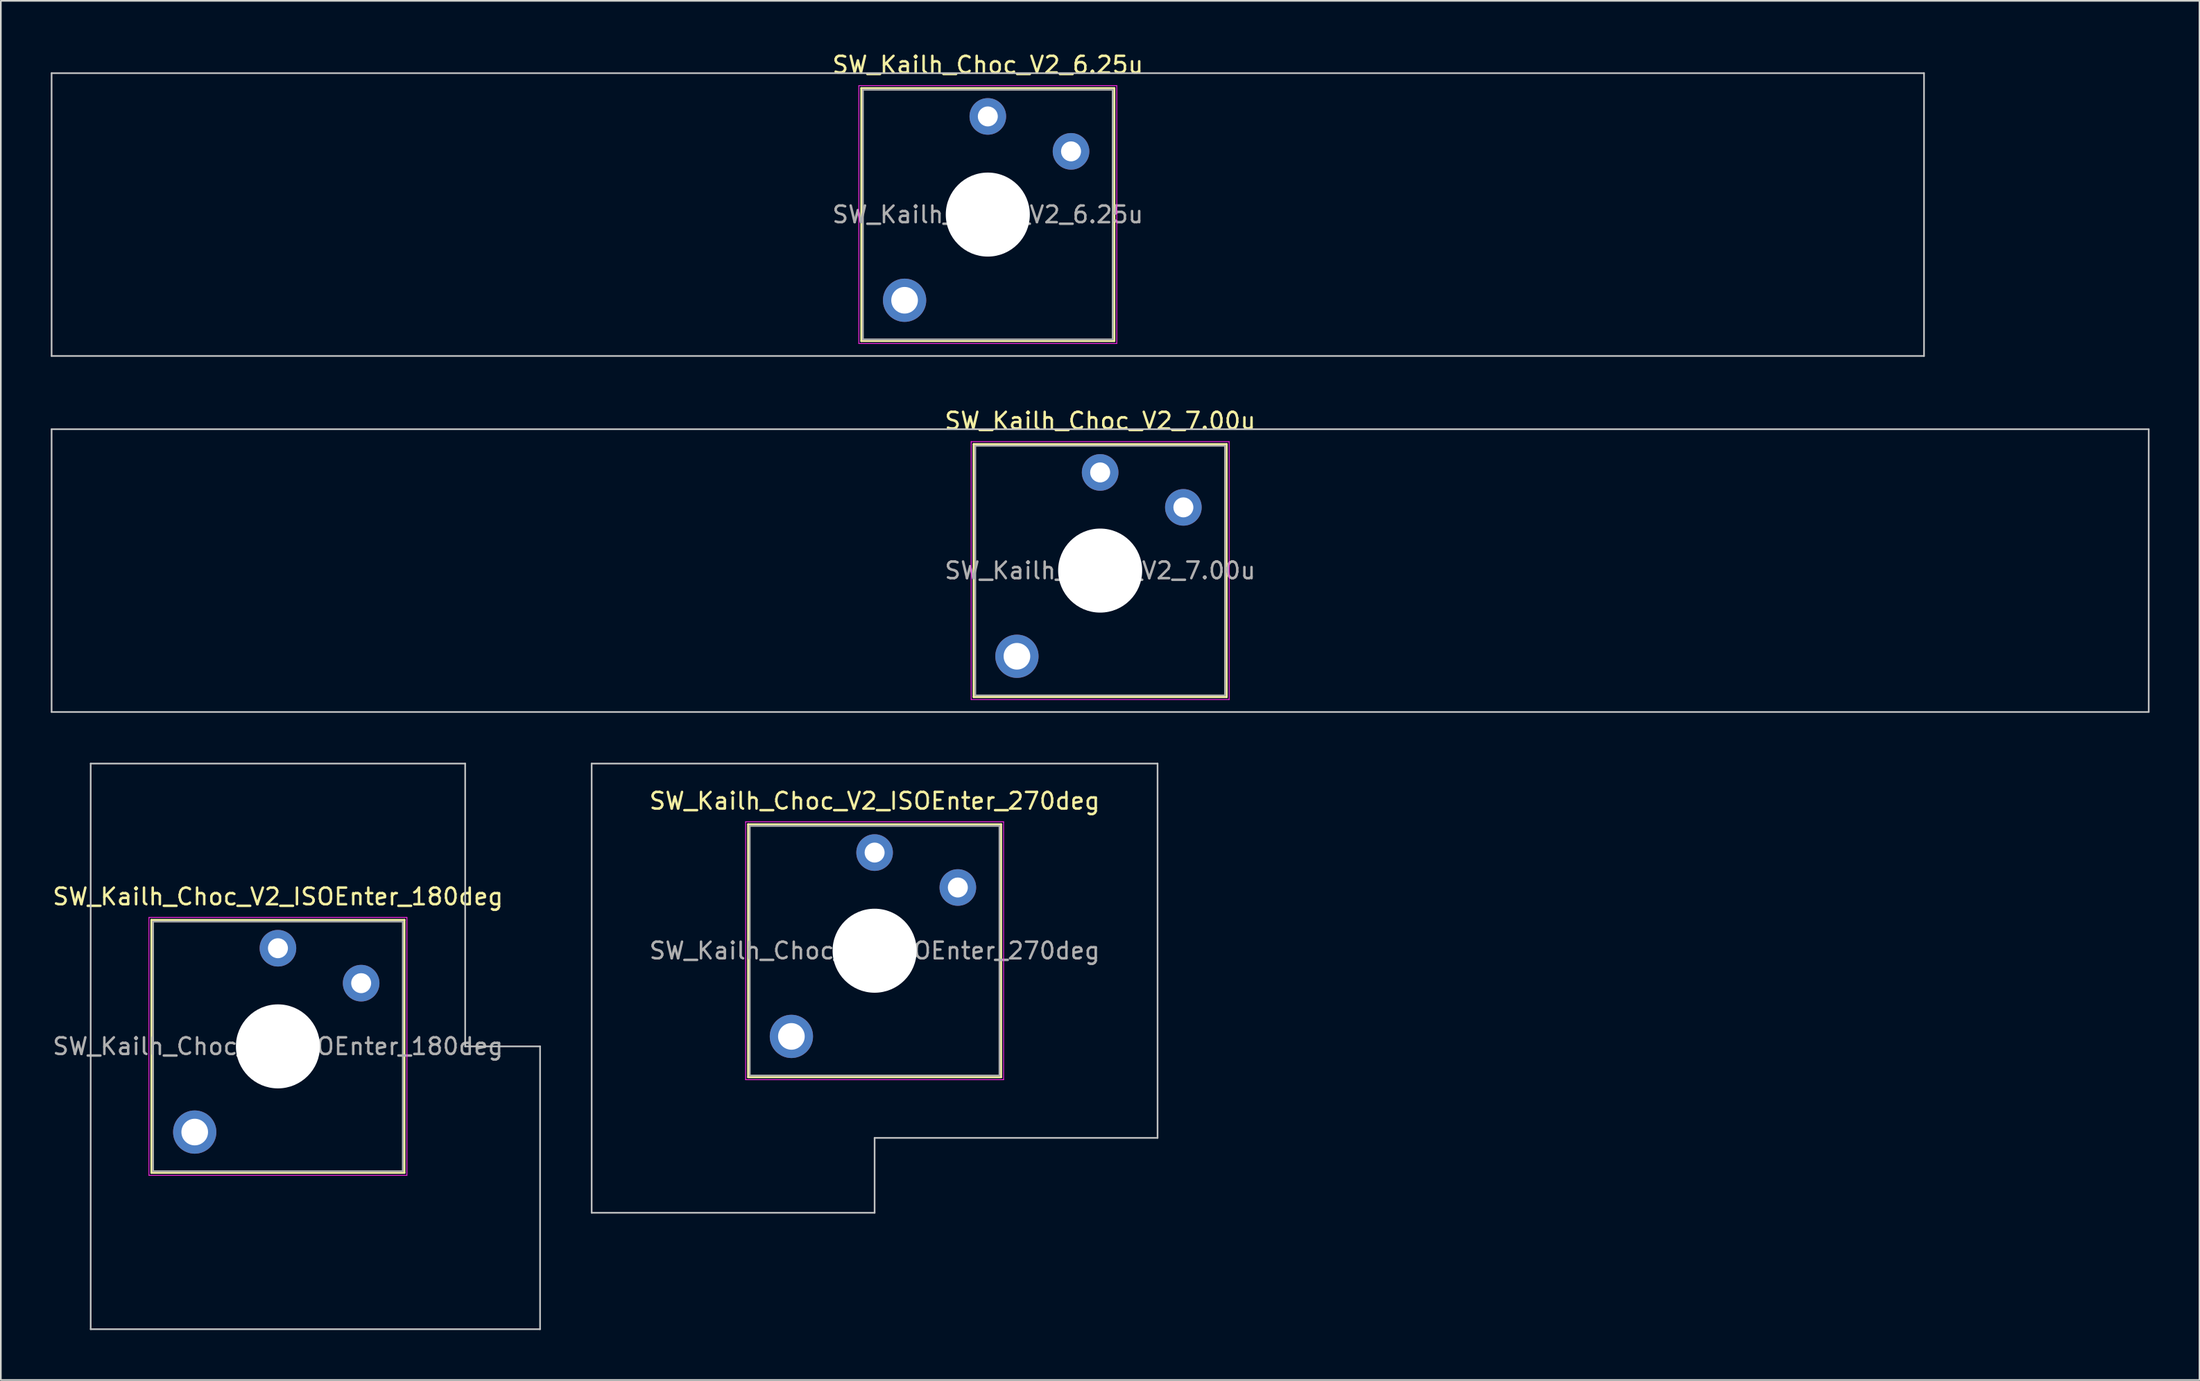
<source format=kicad_pcb>
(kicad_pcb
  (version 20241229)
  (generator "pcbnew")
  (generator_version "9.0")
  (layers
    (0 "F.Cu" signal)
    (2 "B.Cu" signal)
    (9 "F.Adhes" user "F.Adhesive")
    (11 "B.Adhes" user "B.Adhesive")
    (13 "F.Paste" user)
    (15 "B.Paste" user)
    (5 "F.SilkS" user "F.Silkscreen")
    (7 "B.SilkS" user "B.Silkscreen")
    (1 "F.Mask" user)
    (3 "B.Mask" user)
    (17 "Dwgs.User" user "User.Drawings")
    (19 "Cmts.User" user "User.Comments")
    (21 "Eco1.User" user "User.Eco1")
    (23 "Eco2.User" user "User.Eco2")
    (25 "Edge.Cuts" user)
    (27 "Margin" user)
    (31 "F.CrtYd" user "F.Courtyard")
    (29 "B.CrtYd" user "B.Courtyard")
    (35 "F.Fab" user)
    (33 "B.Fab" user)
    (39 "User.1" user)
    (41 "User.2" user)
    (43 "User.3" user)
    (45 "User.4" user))
  (footprint "SW_Kailh_Choc_V2_6.25u"
    (layer "F.Cu")
    (at 56.3 9.848)
    (property "Reference" "SW_Kailh_Choc_V2_6.25u" (at 0 -9 0) (layer "F.SilkS") (effects (font (size 1 1) (thickness 0.15))))
    (attr through_hole)
    (fp_line (start -7.6 -7.6) (end -7.6 7.6) (stroke (width 0.12) (type solid)) (layer "F.SilkS"))
    (fp_line (start -7.6 7.6) (end 7.6 7.6) (stroke (width 0.12) (type solid)) (layer "F.SilkS"))
    (fp_line (start 7.6 -7.6) (end -7.6 -7.6) (stroke (width 0.12) (type solid)) (layer "F.SilkS"))
    (fp_line (start 7.6 7.6) (end 7.6 -7.6) (stroke (width 0.12) (type solid)) (layer "F.SilkS"))
    (fp_line (start -56.25 -8.5) (end -56.25 8.5) (stroke (width 0.1) (type solid)) (layer "Dwgs.User"))
    (fp_line (start -56.25 8.5) (end 56.25 8.5) (stroke (width 0.1) (type solid)) (layer "Dwgs.User"))
    (fp_line (start 56.25 -8.5) (end -56.25 -8.5) (stroke (width 0.1) (type solid)) (layer "Dwgs.User"))
    (fp_line (start 56.25 8.5) (end 56.25 -8.5) (stroke (width 0.1) (type solid)) (layer "Dwgs.User"))
    (fp_line (start -7.25 -7.25) (end -7.25 7.25) (stroke (width 0.1) (type solid)) (layer "Eco1.User"))
    (fp_line (start -7.25 7.25) (end 7.25 7.25) (stroke (width 0.1) (type solid)) (layer "Eco1.User"))
    (fp_line (start 7.25 -7.25) (end -7.25 -7.25) (stroke (width 0.1) (type solid)) (layer "Eco1.User"))
    (fp_line (start 7.25 7.25) (end 7.25 -7.25) (stroke (width 0.1) (type solid)) (layer "Eco1.User"))
    (fp_line (start -7.75 -7.75) (end -7.75 7.75) (stroke (width 0.05) (type solid)) (layer "F.CrtYd"))
    (fp_line (start -7.75 7.75) (end 7.75 7.75) (stroke (width 0.05) (type solid)) (layer "F.CrtYd"))
    (fp_line (start 7.75 -7.75) (end -7.75 -7.75) (stroke (width 0.05) (type solid)) (layer "F.CrtYd"))
    (fp_line (start 7.75 7.75) (end 7.75 -7.75) (stroke (width 0.05) (type solid)) (layer "F.CrtYd"))
    (fp_line (start -7.5 -7.5) (end -7.5 7.5) (stroke (width 0.1) (type solid)) (layer "F.Fab"))
    (fp_line (start -7.5 7.5) (end 7.5 7.5) (stroke (width 0.1) (type solid)) (layer "F.Fab"))
    (fp_line (start 7.5 -7.5) (end -7.5 -7.5) (stroke (width 0.1) (type solid)) (layer "F.Fab"))
    (fp_line (start 7.5 7.5) (end 7.5 -7.5) (stroke (width 0.1) (type solid)) (layer "F.Fab"))
    (fp_text user "${REFERENCE}" (at 0 0 0) (layer "F.Fab") (effects (font (size 1 1) (thickness 0.15))))
    (pad "" thru_hole circle (at -5 5.15) (size 2.6 2.6) (drill 1.6) (layers "*.Cu" "*.Mask"))
    (pad "" np_thru_hole circle (at 0 0) (size 5.05 5.05) (drill 5.05) (layers "*.Cu" "*.Mask"))
    (pad "1" thru_hole circle (at 0 -5.9) (size 2.2 2.2) (drill 1.2) (layers "*.Cu" "*.Mask"))
    (pad "2" thru_hole circle (at 5 -3.8) (size 2.2 2.2) (drill 1.2) (layers "*.Cu" "*.Mask")))
  (footprint "SW_Kailh_Choc_V2_7.00u"
    (layer "F.Cu")
    (at 63.05 31.247)
    (property "Reference" "SW_Kailh_Choc_V2_7.00u" (at 0 -9 0) (layer "F.SilkS") (effects (font (size 1 1) (thickness 0.15))))
    (attr through_hole)
    (fp_line (start -7.6 -7.6) (end -7.6 7.6) (stroke (width 0.12) (type solid)) (layer "F.SilkS"))
    (fp_line (start -7.6 7.6) (end 7.6 7.6) (stroke (width 0.12) (type solid)) (layer "F.SilkS"))
    (fp_line (start 7.6 -7.6) (end -7.6 -7.6) (stroke (width 0.12) (type solid)) (layer "F.SilkS"))
    (fp_line (start 7.6 7.6) (end 7.6 -7.6) (stroke (width 0.12) (type solid)) (layer "F.SilkS"))
    (fp_line (start -63 -8.5) (end -63 8.5) (stroke (width 0.1) (type solid)) (layer "Dwgs.User"))
    (fp_line (start -63 8.5) (end 63 8.5) (stroke (width 0.1) (type solid)) (layer "Dwgs.User"))
    (fp_line (start 63 -8.5) (end -63 -8.5) (stroke (width 0.1) (type solid)) (layer "Dwgs.User"))
    (fp_line (start 63 8.5) (end 63 -8.5) (stroke (width 0.1) (type solid)) (layer "Dwgs.User"))
    (fp_line (start -7.25 -7.25) (end -7.25 7.25) (stroke (width 0.1) (type solid)) (layer "Eco1.User"))
    (fp_line (start -7.25 7.25) (end 7.25 7.25) (stroke (width 0.1) (type solid)) (layer "Eco1.User"))
    (fp_line (start 7.25 -7.25) (end -7.25 -7.25) (stroke (width 0.1) (type solid)) (layer "Eco1.User"))
    (fp_line (start 7.25 7.25) (end 7.25 -7.25) (stroke (width 0.1) (type solid)) (layer "Eco1.User"))
    (fp_line (start -7.75 -7.75) (end -7.75 7.75) (stroke (width 0.05) (type solid)) (layer "F.CrtYd"))
    (fp_line (start -7.75 7.75) (end 7.75 7.75) (stroke (width 0.05) (type solid)) (layer "F.CrtYd"))
    (fp_line (start 7.75 -7.75) (end -7.75 -7.75) (stroke (width 0.05) (type solid)) (layer "F.CrtYd"))
    (fp_line (start 7.75 7.75) (end 7.75 -7.75) (stroke (width 0.05) (type solid)) (layer "F.CrtYd"))
    (fp_line (start -7.5 -7.5) (end -7.5 7.5) (stroke (width 0.1) (type solid)) (layer "F.Fab"))
    (fp_line (start -7.5 7.5) (end 7.5 7.5) (stroke (width 0.1) (type solid)) (layer "F.Fab"))
    (fp_line (start 7.5 -7.5) (end -7.5 -7.5) (stroke (width 0.1) (type solid)) (layer "F.Fab"))
    (fp_line (start 7.5 7.5) (end 7.5 -7.5) (stroke (width 0.1) (type solid)) (layer "F.Fab"))
    (fp_text user "${REFERENCE}" (at 0 0 0) (layer "F.Fab") (effects (font (size 1 1) (thickness 0.15))))
    (pad "" thru_hole circle (at -5 5.15) (size 2.6 2.6) (drill 1.6) (layers "*.Cu" "*.Mask"))
    (pad "" np_thru_hole circle (at 0 0) (size 5.05 5.05) (drill 5.05) (layers "*.Cu" "*.Mask"))
    (pad "1" thru_hole circle (at 0 -5.9) (size 2.2 2.2) (drill 1.2) (layers "*.Cu" "*.Mask"))
    (pad "2" thru_hole circle (at 5 -3.8) (size 2.2 2.2) (drill 1.2) (layers "*.Cu" "*.Mask")))
  (footprint "SW_Kailh_Choc_V2_ISOEnter_180deg"
    (layer "F.Cu")
    (at 13.649 59.846)
    (property "Reference" "SW_Kailh_Choc_V2_ISOEnter_180deg" (at 0 -9 0) (layer "F.SilkS") (effects (font (size 1 1) (thickness 0.15))))
    (attr through_hole)
    (fp_line (start -7.6 -7.6) (end -7.6 7.6) (stroke (width 0.12) (type solid)) (layer "F.SilkS"))
    (fp_line (start -7.6 7.6) (end 7.6 7.6) (stroke (width 0.12) (type solid)) (layer "F.SilkS"))
    (fp_line (start 7.6 -7.6) (end -7.6 -7.6) (stroke (width 0.12) (type solid)) (layer "F.SilkS"))
    (fp_line (start 7.6 7.6) (end 7.6 -7.6) (stroke (width 0.12) (type solid)) (layer "F.SilkS"))
    (fp_line (start -11.25 -17) (end -11.25 17) (stroke (width 0.1) (type solid)) (layer "Dwgs.User"))
    (fp_line (start -11.25 17) (end 15.75 17) (stroke (width 0.1) (type solid)) (layer "Dwgs.User"))
    (fp_line (start 11.25 -17) (end -11.25 -17) (stroke (width 0.1) (type solid)) (layer "Dwgs.User"))
    (fp_line (start 11.25 0) (end 11.25 -17) (stroke (width 0.1) (type solid)) (layer "Dwgs.User"))
    (fp_line (start 15.75 0) (end 11.25 0) (stroke (width 0.1) (type solid)) (layer "Dwgs.User"))
    (fp_line (start 15.75 17) (end 15.75 0) (stroke (width 0.1) (type solid)) (layer "Dwgs.User"))
    (fp_line (start -7.25 -7.25) (end -7.25 7.25) (stroke (width 0.1) (type solid)) (layer "Eco1.User"))
    (fp_line (start -7.25 7.25) (end 7.25 7.25) (stroke (width 0.1) (type solid)) (layer "Eco1.User"))
    (fp_line (start 7.25 -7.25) (end -7.25 -7.25) (stroke (width 0.1) (type solid)) (layer "Eco1.User"))
    (fp_line (start 7.25 7.25) (end 7.25 -7.25) (stroke (width 0.1) (type solid)) (layer "Eco1.User"))
    (fp_line (start -7.75 -7.75) (end -7.75 7.75) (stroke (width 0.05) (type solid)) (layer "F.CrtYd"))
    (fp_line (start -7.75 7.75) (end 7.75 7.75) (stroke (width 0.05) (type solid)) (layer "F.CrtYd"))
    (fp_line (start 7.75 -7.75) (end -7.75 -7.75) (stroke (width 0.05) (type solid)) (layer "F.CrtYd"))
    (fp_line (start 7.75 7.75) (end 7.75 -7.75) (stroke (width 0.05) (type solid)) (layer "F.CrtYd"))
    (fp_line (start -7.5 -7.5) (end -7.5 7.5) (stroke (width 0.1) (type solid)) (layer "F.Fab"))
    (fp_line (start -7.5 7.5) (end 7.5 7.5) (stroke (width 0.1) (type solid)) (layer "F.Fab"))
    (fp_line (start 7.5 -7.5) (end -7.5 -7.5) (stroke (width 0.1) (type solid)) (layer "F.Fab"))
    (fp_line (start 7.5 7.5) (end 7.5 -7.5) (stroke (width 0.1) (type solid)) (layer "F.Fab"))
    (fp_text user "${REFERENCE}" (at 0 0 0) (layer "F.Fab") (effects (font (size 1 1) (thickness 0.15))))
    (pad "" thru_hole circle (at -5 5.15) (size 2.6 2.6) (drill 1.6) (layers "*.Cu" "*.Mask"))
    (pad "" np_thru_hole circle (at 0 0) (size 5.05 5.05) (drill 5.05) (layers "*.Cu" "*.Mask"))
    (pad "1" thru_hole circle (at 0 -5.9) (size 2.2 2.2) (drill 1.2) (layers "*.Cu" "*.Mask"))
    (pad "2" thru_hole circle (at 5 -3.8) (size 2.2 2.2) (drill 1.2) (layers "*.Cu" "*.Mask")))
  (footprint "SW_Kailh_Choc_V2_ISOEnter_270deg"
    (layer "F.Cu")
    (at 49.499 54.096)
    (property "Reference" "SW_Kailh_Choc_V2_ISOEnter_270deg" (at 0 -9 0) (layer "F.SilkS") (effects (font (size 1 1) (thickness 0.15))))
    (attr through_hole)
    (fp_line (start -7.6 -7.6) (end -7.6 7.6) (stroke (width 0.12) (type solid)) (layer "F.SilkS"))
    (fp_line (start -7.6 7.6) (end 7.6 7.6) (stroke (width 0.12) (type solid)) (layer "F.SilkS"))
    (fp_line (start 7.6 -7.6) (end -7.6 -7.6) (stroke (width 0.12) (type solid)) (layer "F.SilkS"))
    (fp_line (start 7.6 7.6) (end 7.6 -7.6) (stroke (width 0.12) (type solid)) (layer "F.SilkS"))
    (fp_line (start -17 -11.25) (end -17 15.75) (stroke (width 0.1) (type solid)) (layer "Dwgs.User"))
    (fp_line (start -17 15.75) (end 0 15.75) (stroke (width 0.1) (type solid)) (layer "Dwgs.User"))
    (fp_line (start 0 11.25) (end 17 11.25) (stroke (width 0.1) (type solid)) (layer "Dwgs.User"))
    (fp_line (start 0 15.75) (end 0 11.25) (stroke (width 0.1) (type solid)) (layer "Dwgs.User"))
    (fp_line (start 17 -11.25) (end -17 -11.25) (stroke (width 0.1) (type solid)) (layer "Dwgs.User"))
    (fp_line (start 17 11.25) (end 17 -11.25) (stroke (width 0.1) (type solid)) (layer "Dwgs.User"))
    (fp_line (start -7.25 -7.25) (end -7.25 7.25) (stroke (width 0.1) (type solid)) (layer "Eco1.User"))
    (fp_line (start -7.25 7.25) (end 7.25 7.25) (stroke (width 0.1) (type solid)) (layer "Eco1.User"))
    (fp_line (start 7.25 -7.25) (end -7.25 -7.25) (stroke (width 0.1) (type solid)) (layer "Eco1.User"))
    (fp_line (start 7.25 7.25) (end 7.25 -7.25) (stroke (width 0.1) (type solid)) (layer "Eco1.User"))
    (fp_line (start -7.75 -7.75) (end -7.75 7.75) (stroke (width 0.05) (type solid)) (layer "F.CrtYd"))
    (fp_line (start -7.75 7.75) (end 7.75 7.75) (stroke (width 0.05) (type solid)) (layer "F.CrtYd"))
    (fp_line (start 7.75 -7.75) (end -7.75 -7.75) (stroke (width 0.05) (type solid)) (layer "F.CrtYd"))
    (fp_line (start 7.75 7.75) (end 7.75 -7.75) (stroke (width 0.05) (type solid)) (layer "F.CrtYd"))
    (fp_line (start -7.5 -7.5) (end -7.5 7.5) (stroke (width 0.1) (type solid)) (layer "F.Fab"))
    (fp_line (start -7.5 7.5) (end 7.5 7.5) (stroke (width 0.1) (type solid)) (layer "F.Fab"))
    (fp_line (start 7.5 -7.5) (end -7.5 -7.5) (stroke (width 0.1) (type solid)) (layer "F.Fab"))
    (fp_line (start 7.5 7.5) (end 7.5 -7.5) (stroke (width 0.1) (type solid)) (layer "F.Fab"))
    (fp_text user "${REFERENCE}" (at 0 0 0) (layer "F.Fab") (effects (font (size 1 1) (thickness 0.15))))
    (pad "" thru_hole circle (at -5 5.15) (size 2.6 2.6) (drill 1.6) (layers "*.Cu" "*.Mask"))
    (pad "" np_thru_hole circle (at 0 0) (size 5.05 5.05) (drill 5.05) (layers "*.Cu" "*.Mask"))
    (pad "1" thru_hole circle (at 0 -5.9) (size 2.2 2.2) (drill 1.2) (layers "*.Cu" "*.Mask"))
    (pad "2" thru_hole circle (at 5 -3.8) (size 2.2 2.2) (drill 1.2) (layers "*.Cu" "*.Mask")))
  (gr_rect
    (start -3 -3)
    (end 129.1 79.897)
    (stroke (width 0.1) (type default))
    (fill no)
    (layer "Edge.Cuts")))
</source>
